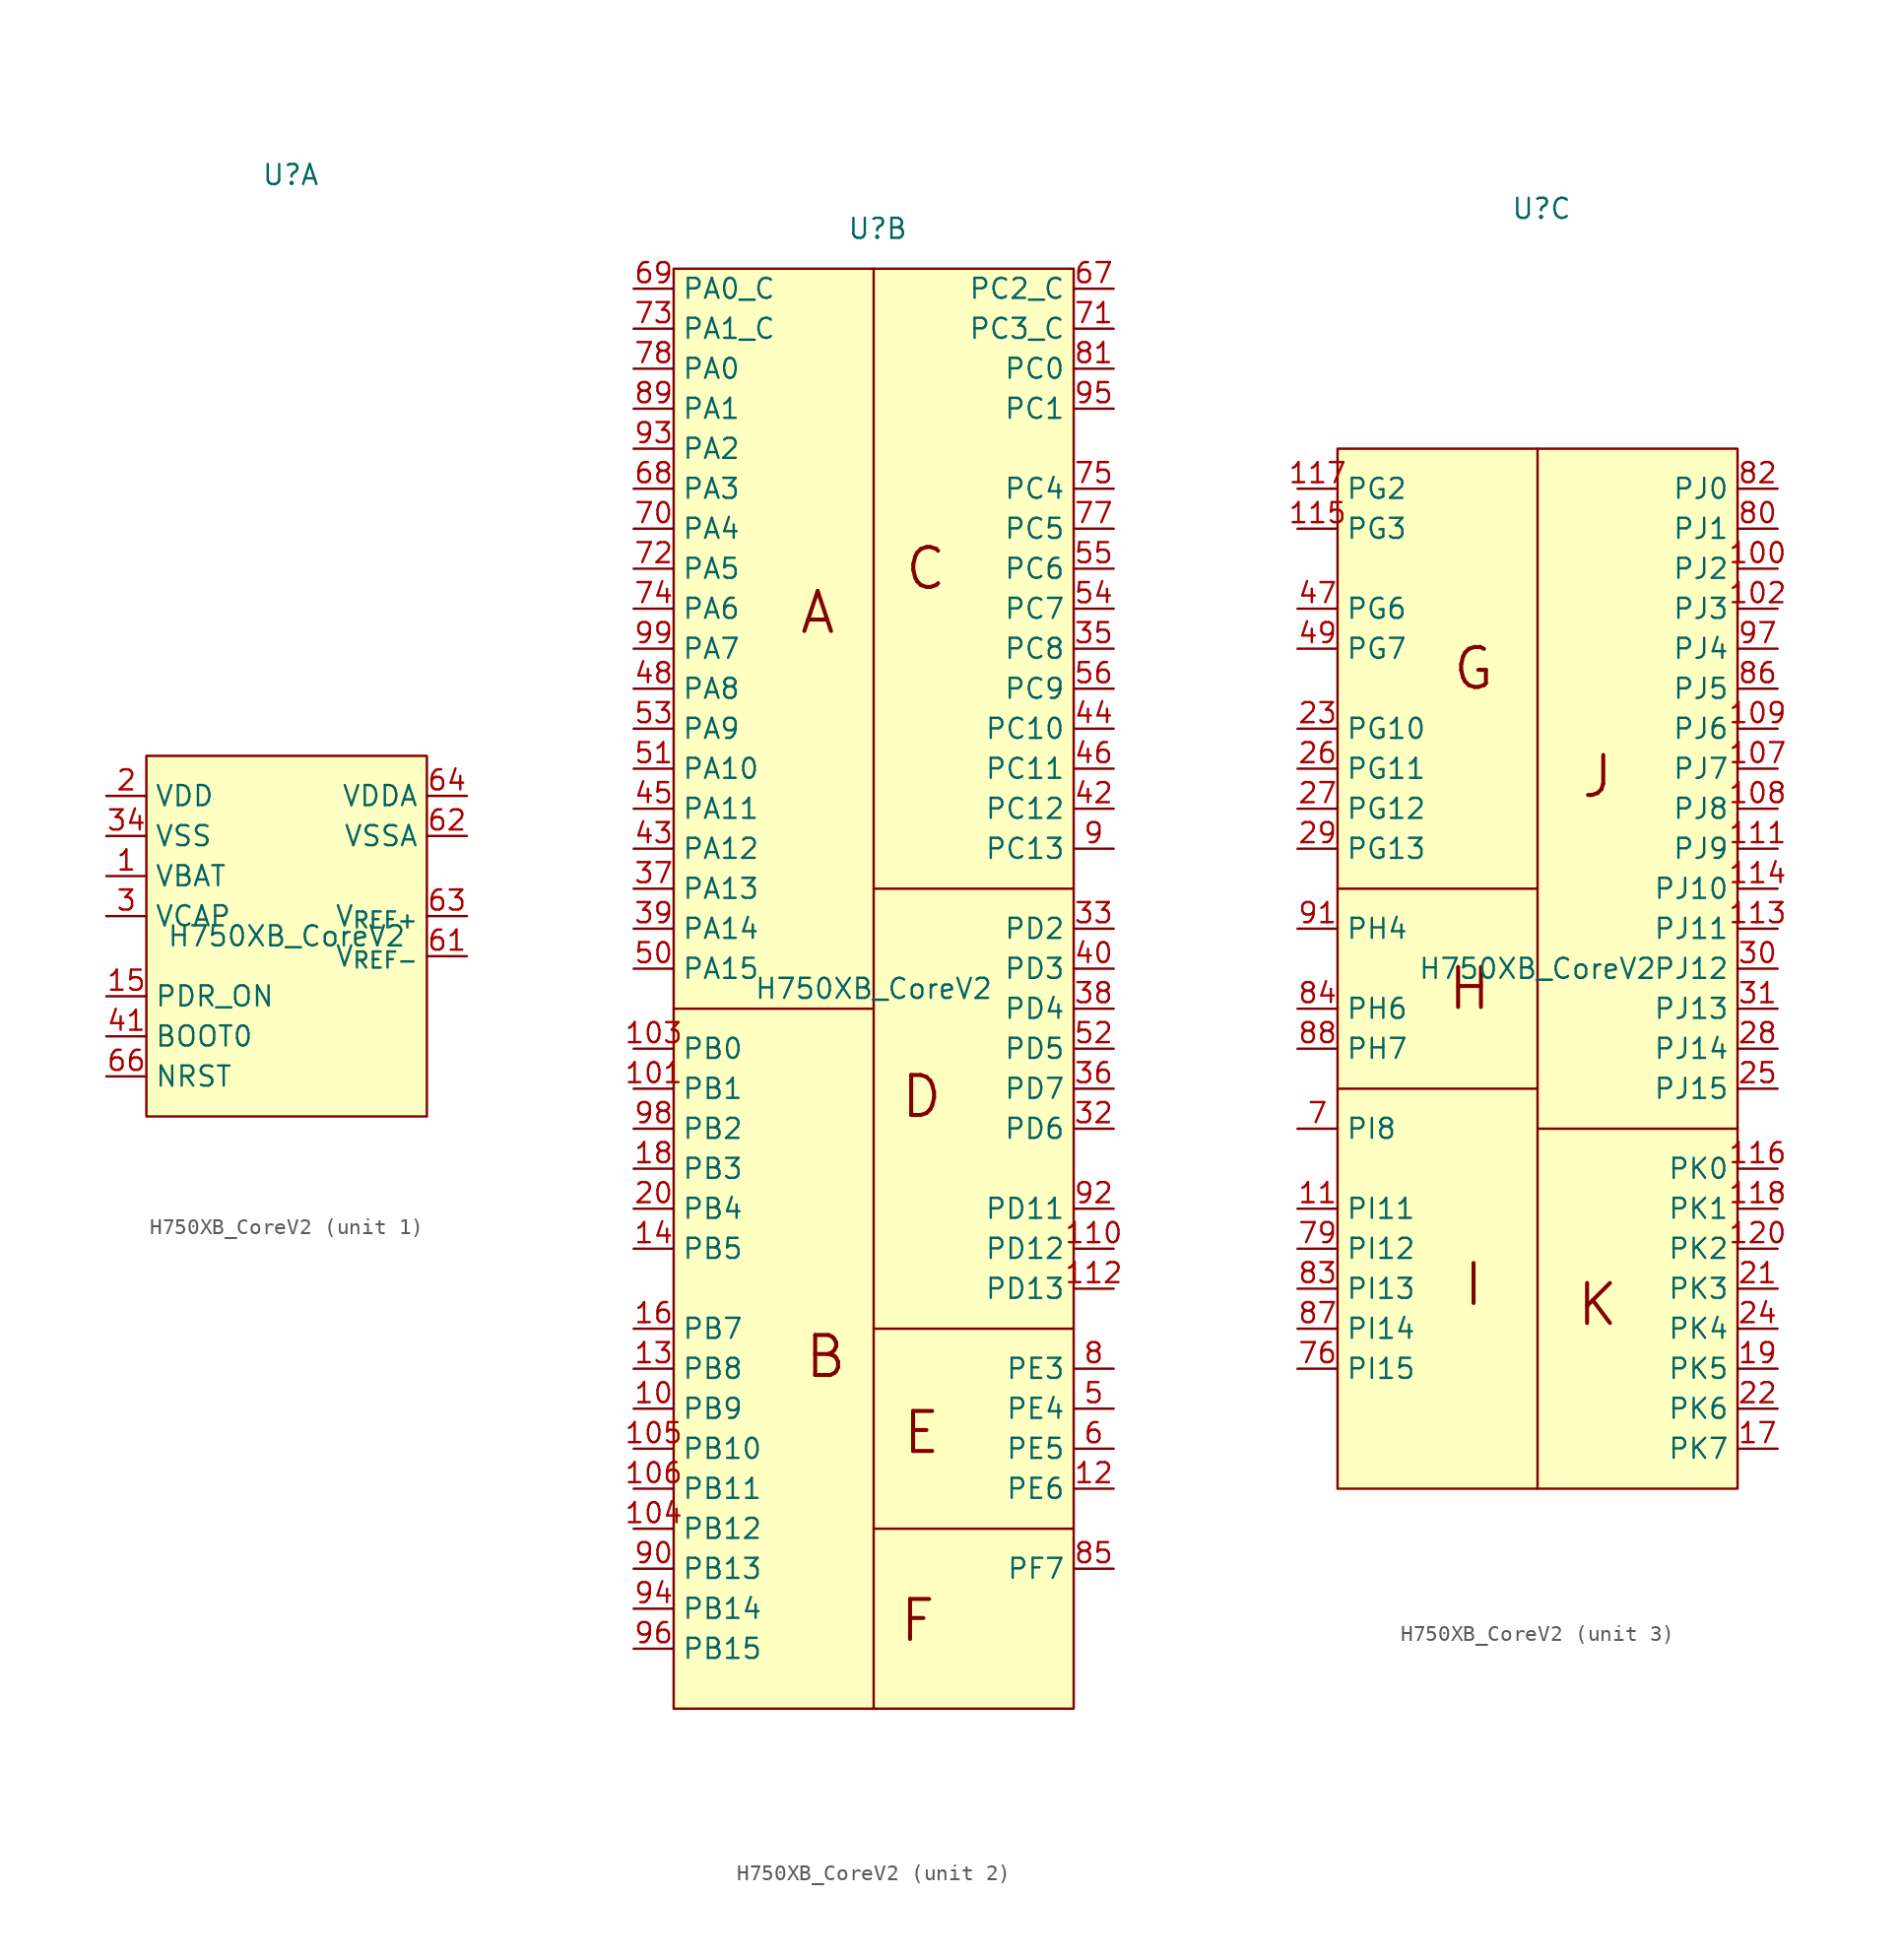
<source format=kicad_sym>
(kicad_symbol_lib
  (version 20241209)
  (generator "kicad_symbol_editor")
  (generator_version "9.0")
  (symbol "H750XB_CoreV2"
    (property "Reference" "U"
      (at 0.254 48.26 0)
      (effects (font (size 1.27 1.27))))
    (property "Value" "H750XB_CoreV2"
      (at 0 0 0)
      (effects (font (size 1.27 1.27))))
    (property "ki_locked" ""
      (at 0 0 0)
      (effects (font (size 1.27 1.27))))
    (symbol "H750XB_CoreV2_1_1"
      (rectangle (start -8.89 11.43) (end 8.89 -11.43) (stroke (width 0) (type solid)) (fill (type background)))
      (pin input line (at -11.43 8.89 0) (length 2.54) (name "VDD" (effects (font (size 1.27 1.27)))) (number "2" (effects (font (size 1.27 1.27)))))
      (pin input line (at -11.43 8.89 0) (length 2.54) (hide yes) (name "VDD" (effects (font (size 1.27 1.27)))) (number "4" (effects (font (size 1.27 1.27)))))
      (pin input line (at -11.43 6.35 0) (length 2.54) (hide yes) (name "VSS" (effects (font (size 1.27 1.27)))) (number "119" (effects (font (size 1.27 1.27)))))
      (pin input line (at -11.43 6.35 0) (length 2.54) (name "VSS" (effects (font (size 1.27 1.27)))) (number "34" (effects (font (size 1.27 1.27)))))
      (pin input line (at -11.43 6.35 0) (length 2.54) (hide yes) (name "VSS" (effects (font (size 1.27 1.27)))) (number "57" (effects (font (size 1.27 1.27)))))
      (pin input line (at -11.43 6.35 0) (length 2.54) (hide yes) (name "VSS" (effects (font (size 1.27 1.27)))) (number "58" (effects (font (size 1.27 1.27)))))
      (pin input line (at -11.43 6.35 0) (length 2.54) (hide yes) (name "VSS" (effects (font (size 1.27 1.27)))) (number "59" (effects (font (size 1.27 1.27)))))
      (pin input line (at -11.43 6.35 0) (length 2.54) (hide yes) (name "VSS" (effects (font (size 1.27 1.27)))) (number "60" (effects (font (size 1.27 1.27)))))
      (pin input line (at -11.43 6.35 0) (length 2.54) (hide yes) (name "VSS" (effects (font (size 1.27 1.27)))) (number "65" (effects (font (size 1.27 1.27)))))
      (pin input line (at -11.43 3.81 0) (length 2.54) (name "VBAT" (effects (font (size 1.27 1.27)))) (number "1" (effects (font (size 1.27 1.27)))))
      (pin input line (at -11.43 1.27 0) (length 2.54) (name "VCAP" (effects (font (size 1.27 1.27)))) (number "3" (effects (font (size 1.27 1.27)))))
      (pin input line (at -11.43 -3.81 0) (length 2.54) (name "PDR_ON" (effects (font (size 1.27 1.27)))) (number "15" (effects (font (size 1.27 1.27)))))
      (pin input line (at -11.43 -6.35 0) (length 2.54) (name "BOOT0" (effects (font (size 1.27 1.27)))) (number "41" (effects (font (size 1.27 1.27)))))
      (pin input line (at -11.43 -8.89 0) (length 2.54) (name "NRST" (effects (font (size 1.27 1.27)))) (number "66" (effects (font (size 1.27 1.27)))))
      (pin input line (at 11.43 8.89 180) (length 2.54) (name "VDDA" (effects (font (size 1.27 1.27)))) (number "64" (effects (font (size 1.27 1.27)))))
      (pin input line (at 11.43 6.35 180) (length 2.54) (name "VSSA" (effects (font (size 1.27 1.27)))) (number "62" (effects (font (size 1.27 1.27)))))
      (pin input line (at 11.43 1.27 180) (length 2.54) (name "V_{REF+}" (effects (font (size 1.27 1.27)))) (number "63" (effects (font (size 1.27 1.27)))))
      (pin input line (at 11.43 -1.27 180) (length 2.54) (name "V_{REF-}" (effects (font (size 1.27 1.27)))) (number "61" (effects (font (size 1.27 1.27))))))
    (symbol "H750XB_CoreV2_2_0"
      (pin input line (at -15.24 44.45 0) (length 2.54) (name "PA0_C" (effects (font (size 1.27 1.27)))) (number "69" (effects (font (size 1.27 1.27)))))
      (pin input line (at -15.24 41.91 0) (length 2.54) (name "PA1_C" (effects (font (size 1.27 1.27)))) (number "73" (effects (font (size 1.27 1.27)))))
      (pin input line (at -15.24 39.37 0) (length 2.54) (name "PA0" (effects (font (size 1.27 1.27)))) (number "78" (effects (font (size 1.27 1.27)))))
      (pin input line (at -15.24 36.83 0) (length 2.54) (name "PA1" (effects (font (size 1.27 1.27)))) (number "89" (effects (font (size 1.27 1.27)))))
      (pin input line (at -15.24 34.29 0) (length 2.54) (name "PA2" (effects (font (size 1.27 1.27)))) (number "93" (effects (font (size 1.27 1.27)))))
      (pin input line (at -15.24 31.75 0) (length 2.54) (name "PA3" (effects (font (size 1.27 1.27)))) (number "68" (effects (font (size 1.27 1.27)))))
      (pin input line (at -15.24 29.21 0) (length 2.54) (name "PA4" (effects (font (size 1.27 1.27)))) (number "70" (effects (font (size 1.27 1.27)))))
      (pin input line (at -15.24 26.67 0) (length 2.54) (name "PA5" (effects (font (size 1.27 1.27)))) (number "72" (effects (font (size 1.27 1.27)))))
      (pin input line (at -15.24 24.13 0) (length 2.54) (name "PA6" (effects (font (size 1.27 1.27)))) (number "74" (effects (font (size 1.27 1.27)))))
      (pin input line (at -15.24 21.59 0) (length 2.54) (name "PA7" (effects (font (size 1.27 1.27)))) (number "99" (effects (font (size 1.27 1.27)))))
      (pin input line (at -15.24 19.05 0) (length 2.54) (name "PA8" (effects (font (size 1.27 1.27)))) (number "48" (effects (font (size 1.27 1.27)))))
      (pin input line (at -15.24 16.51 0) (length 2.54) (name "PA9" (effects (font (size 1.27 1.27)))) (number "53" (effects (font (size 1.27 1.27)))))
      (pin input line (at -15.24 13.97 0) (length 2.54) (name "PA10" (effects (font (size 1.27 1.27)))) (number "51" (effects (font (size 1.27 1.27)))))
      (pin input line (at -15.24 11.43 0) (length 2.54) (name "PA11" (effects (font (size 1.27 1.27)))) (number "45" (effects (font (size 1.27 1.27)))))
      (pin input line (at -15.24 8.89 0) (length 2.54) (name "PA12" (effects (font (size 1.27 1.27)))) (number "43" (effects (font (size 1.27 1.27)))))
      (pin input line (at -15.24 6.35 0) (length 2.54) (name "PA13" (effects (font (size 1.27 1.27)))) (number "37" (effects (font (size 1.27 1.27)))))
      (pin input line (at -15.24 3.81 0) (length 2.54) (name "PA14" (effects (font (size 1.27 1.27)))) (number "39" (effects (font (size 1.27 1.27)))))
      (pin input line (at -15.24 1.27 0) (length 2.54) (name "PA15" (effects (font (size 1.27 1.27)))) (number "50" (effects (font (size 1.27 1.27)))))
      (pin input line (at -15.24 -3.81 0) (length 2.54) (name "PB0" (effects (font (size 1.27 1.27)))) (number "103" (effects (font (size 1.27 1.27)))))
      (pin input line (at -15.24 -6.35 0) (length 2.54) (name "PB1" (effects (font (size 1.27 1.27)))) (number "101" (effects (font (size 1.27 1.27)))))
      (pin input line (at -15.24 -8.89 0) (length 2.54) (name "PB2" (effects (font (size 1.27 1.27)))) (number "98" (effects (font (size 1.27 1.27)))))
      (pin input line (at -15.24 -11.43 0) (length 2.54) (name "PB3" (effects (font (size 1.27 1.27)))) (number "18" (effects (font (size 1.27 1.27)))))
      (pin input line (at -15.24 -13.97 0) (length 2.54) (name "PB4" (effects (font (size 1.27 1.27)))) (number "20" (effects (font (size 1.27 1.27)))))
      (pin input line (at -15.24 -16.51 0) (length 2.54) (name "PB5" (effects (font (size 1.27 1.27)))) (number "14" (effects (font (size 1.27 1.27)))))
      (pin input line (at -15.24 -21.59 0) (length 2.54) (name "PB7" (effects (font (size 1.27 1.27)))) (number "16" (effects (font (size 1.27 1.27)))))
      (pin input line (at -15.24 -24.13 0) (length 2.54) (name "PB8" (effects (font (size 1.27 1.27)))) (number "13" (effects (font (size 1.27 1.27)))))
      (pin input line (at -15.24 -26.67 0) (length 2.54) (name "PB9" (effects (font (size 1.27 1.27)))) (number "10" (effects (font (size 1.27 1.27)))))
      (pin input line (at -15.24 -29.21 0) (length 2.54) (name "PB10" (effects (font (size 1.27 1.27)))) (number "105" (effects (font (size 1.27 1.27)))))
      (pin input line (at -15.24 -31.75 0) (length 2.54) (name "PB11" (effects (font (size 1.27 1.27)))) (number "106" (effects (font (size 1.27 1.27)))))
      (pin input line (at -15.24 -34.29 0) (length 2.54) (name "PB12" (effects (font (size 1.27 1.27)))) (number "104" (effects (font (size 1.27 1.27)))))
      (pin input line (at -15.24 -36.83 0) (length 2.54) (name "PB13" (effects (font (size 1.27 1.27)))) (number "90" (effects (font (size 1.27 1.27)))))
      (pin input line (at -15.24 -39.37 0) (length 2.54) (name "PB14" (effects (font (size 1.27 1.27)))) (number "94" (effects (font (size 1.27 1.27)))))
      (pin input line (at -15.24 -41.91 0) (length 2.54) (name "PB15" (effects (font (size 1.27 1.27)))) (number "96" (effects (font (size 1.27 1.27)))))
      (pin input line (at 15.24 44.45 180) (length 2.54) (name "PC2_C" (effects (font (size 1.27 1.27)))) (number "67" (effects (font (size 1.27 1.27)))))
      (pin input line (at 15.24 41.91 180) (length 2.54) (name "PC3_C" (effects (font (size 1.27 1.27)))) (number "71" (effects (font (size 1.27 1.27)))))
      (pin input line (at 15.24 39.37 180) (length 2.54) (name "PC0" (effects (font (size 1.27 1.27)))) (number "81" (effects (font (size 1.27 1.27)))))
      (pin input line (at 15.24 36.83 180) (length 2.54) (name "PC1" (effects (font (size 1.27 1.27)))) (number "95" (effects (font (size 1.27 1.27)))))
      (pin input line (at 15.24 31.75 180) (length 2.54) (name "PC4" (effects (font (size 1.27 1.27)))) (number "75" (effects (font (size 1.27 1.27)))))
      (pin input line (at 15.24 29.21 180) (length 2.54) (name "PC5" (effects (font (size 1.27 1.27)))) (number "77" (effects (font (size 1.27 1.27)))))
      (pin input line (at 15.24 26.67 180) (length 2.54) (name "PC6" (effects (font (size 1.27 1.27)))) (number "55" (effects (font (size 1.27 1.27)))))
      (pin input line (at 15.24 24.13 180) (length 2.54) (name "PC7" (effects (font (size 1.27 1.27)))) (number "54" (effects (font (size 1.27 1.27)))))
      (pin input line (at 15.24 21.59 180) (length 2.54) (name "PC8" (effects (font (size 1.27 1.27)))) (number "35" (effects (font (size 1.27 1.27)))))
      (pin input line (at 15.24 19.05 180) (length 2.54) (name "PC9" (effects (font (size 1.27 1.27)))) (number "56" (effects (font (size 1.27 1.27)))))
      (pin input line (at 15.24 16.51 180) (length 2.54) (name "PC10" (effects (font (size 1.27 1.27)))) (number "44" (effects (font (size 1.27 1.27)))))
      (pin input line (at 15.24 13.97 180) (length 2.54) (name "PC11" (effects (font (size 1.27 1.27)))) (number "46" (effects (font (size 1.27 1.27)))))
      (pin input line (at 15.24 11.43 180) (length 2.54) (name "PC12" (effects (font (size 1.27 1.27)))) (number "42" (effects (font (size 1.27 1.27)))))
      (pin input line (at 15.24 8.89 180) (length 2.54) (name "PC13" (effects (font (size 1.27 1.27)))) (number "9" (effects (font (size 1.27 1.27)))))
      (pin input line (at 15.24 3.81 180) (length 2.54) (name "PD2" (effects (font (size 1.27 1.27)))) (number "33" (effects (font (size 1.27 1.27)))))
      (pin input line (at 15.24 1.27 180) (length 2.54) (name "PD3" (effects (font (size 1.27 1.27)))) (number "40" (effects (font (size 1.27 1.27)))))
      (pin input line (at 15.24 -1.27 180) (length 2.54) (name "PD4" (effects (font (size 1.27 1.27)))) (number "38" (effects (font (size 1.27 1.27)))))
      (pin input line (at 15.24 -3.81 180) (length 2.54) (name "PD5" (effects (font (size 1.27 1.27)))) (number "52" (effects (font (size 1.27 1.27)))))
      (pin input line (at 15.24 -6.35 180) (length 2.54) (name "PD7" (effects (font (size 1.27 1.27)))) (number "36" (effects (font (size 1.27 1.27)))))
      (pin input line (at 15.24 -8.89 180) (length 2.54) (name "PD6" (effects (font (size 1.27 1.27)))) (number "32" (effects (font (size 1.27 1.27)))))
      (pin input line (at 15.24 -13.97 180) (length 2.54) (name "PD11" (effects (font (size 1.27 1.27)))) (number "92" (effects (font (size 1.27 1.27)))))
      (pin input line (at 15.24 -16.51 180) (length 2.54) (name "PD12" (effects (font (size 1.27 1.27)))) (number "110" (effects (font (size 1.27 1.27)))))
      (pin input line (at 15.24 -19.05 180) (length 2.54) (name "PD13" (effects (font (size 1.27 1.27)))) (number "112" (effects (font (size 1.27 1.27)))))
      (pin input line (at 15.24 -24.13 180) (length 2.54) (name "PE3" (effects (font (size 1.27 1.27)))) (number "8" (effects (font (size 1.27 1.27)))))
      (pin input line (at 15.24 -26.67 180) (length 2.54) (name "PE4" (effects (font (size 1.27 1.27)))) (number "5" (effects (font (size 1.27 1.27)))))
      (pin input line (at 15.24 -29.21 180) (length 2.54) (name "PE5" (effects (font (size 1.27 1.27)))) (number "6" (effects (font (size 1.27 1.27)))))
      (pin input line (at 15.24 -31.75 180) (length 2.54) (name "PE6" (effects (font (size 1.27 1.27)))) (number "12" (effects (font (size 1.27 1.27)))))
      (pin input line (at 15.24 -36.83 180) (length 2.54) (name "PF7" (effects (font (size 1.27 1.27)))) (number "85" (effects (font (size 1.27 1.27))))))
    (symbol "H750XB_CoreV2_2_1"
      (rectangle (start -12.7 45.72) (end 12.7 -45.72) (stroke (width 0) (type solid)) (fill (type background)))
      (polyline (pts (xy 0 45.72) (xy 0 -45.72)) (stroke (width 0) (type default)) (fill (type none)))
      (polyline (pts (xy 0 -1.27) (xy -12.7 -1.27)) (stroke (width 0) (type default)) (fill (type none)))
      (polyline (pts (xy 12.7 6.35) (xy 0 6.35)) (stroke (width 0) (type default)) (fill (type none)))
      (polyline (pts (xy 12.7 -21.59) (xy 0 -21.59)) (stroke (width 0) (type default)) (fill (type none)))
      (polyline (pts (xy 12.7 -34.29) (xy 0 -34.29)) (stroke (width 0) (type default)) (fill (type none)))
      (text "A" (at -3.556 23.876 0) (effects (font (size 2.54 2.54) (thickness 0.254) (bold yes))))
      (text "B" (at -3.048 -23.368 0) (effects (font (size 2.54 2.54) (thickness 0.254) (bold yes))))
      (text "F" (at 2.794 -40.132 0) (effects (font (size 2.54 2.54) (thickness 0.254) (bold yes))))
      (text "D" (at 3.048 -6.858 0) (effects (font (size 2.54 2.54) (thickness 0.254) (bold yes))))
      (text "E" (at 3.048 -28.194 0) (effects (font (size 2.54 2.54) (thickness 0.254) (bold yes))))
      (text "C" (at 3.302 26.67 0) (effects (font (size 2.54 2.54) (thickness 0.254) (bold yes)))))
    (symbol "H750XB_CoreV2_3_0"
      (pin input line (at -15.24 30.48 0) (length 2.54) (name "PG2" (effects (font (size 1.27 1.27)))) (number "117" (effects (font (size 1.27 1.27)))))
      (pin input line (at -15.24 27.94 0) (length 2.54) (name "PG3" (effects (font (size 1.27 1.27)))) (number "115" (effects (font (size 1.27 1.27)))))
      (pin input line (at -15.24 22.86 0) (length 2.54) (name "PG6" (effects (font (size 1.27 1.27)))) (number "47" (effects (font (size 1.27 1.27)))))
      (pin input line (at -15.24 20.32 0) (length 2.54) (name "PG7" (effects (font (size 1.27 1.27)))) (number "49" (effects (font (size 1.27 1.27)))))
      (pin input line (at -15.24 15.24 0) (length 2.54) (name "PG10" (effects (font (size 1.27 1.27)))) (number "23" (effects (font (size 1.27 1.27)))))
      (pin input line (at -15.24 12.7 0) (length 2.54) (name "PG11" (effects (font (size 1.27 1.27)))) (number "26" (effects (font (size 1.27 1.27)))))
      (pin input line (at -15.24 10.16 0) (length 2.54) (name "PG12" (effects (font (size 1.27 1.27)))) (number "27" (effects (font (size 1.27 1.27)))))
      (pin input line (at -15.24 7.62 0) (length 2.54) (name "PG13" (effects (font (size 1.27 1.27)))) (number "29" (effects (font (size 1.27 1.27)))))
      (pin input line (at -15.24 2.54 0) (length 2.54) (name "PH4" (effects (font (size 1.27 1.27)))) (number "91" (effects (font (size 1.27 1.27)))))
      (pin input line (at -15.24 -2.54 0) (length 2.54) (name "PH6" (effects (font (size 1.27 1.27)))) (number "84" (effects (font (size 1.27 1.27)))))
      (pin input line (at -15.24 -5.08 0) (length 2.54) (name "PH7" (effects (font (size 1.27 1.27)))) (number "88" (effects (font (size 1.27 1.27)))))
      (pin input line (at -15.24 -10.16 0) (length 2.54) (name "PI8" (effects (font (size 1.27 1.27)))) (number "7" (effects (font (size 1.27 1.27)))))
      (pin input line (at -15.24 -15.24 0) (length 2.54) (name "PI11" (effects (font (size 1.27 1.27)))) (number "11" (effects (font (size 1.27 1.27)))))
      (pin input line (at -15.24 -17.78 0) (length 2.54) (name "PI12" (effects (font (size 1.27 1.27)))) (number "79" (effects (font (size 1.27 1.27)))))
      (pin input line (at -15.24 -20.32 0) (length 2.54) (name "PI13" (effects (font (size 1.27 1.27)))) (number "83" (effects (font (size 1.27 1.27)))))
      (pin input line (at -15.24 -22.86 0) (length 2.54) (name "PI14" (effects (font (size 1.27 1.27)))) (number "87" (effects (font (size 1.27 1.27)))))
      (pin input line (at -15.24 -25.4 0) (length 2.54) (name "PI15" (effects (font (size 1.27 1.27)))) (number "76" (effects (font (size 1.27 1.27)))))
      (pin input line (at 15.24 30.48 180) (length 2.54) (name "PJ0" (effects (font (size 1.27 1.27)))) (number "82" (effects (font (size 1.27 1.27)))))
      (pin input line (at 15.24 27.94 180) (length 2.54) (name "PJ1" (effects (font (size 1.27 1.27)))) (number "80" (effects (font (size 1.27 1.27)))))
      (pin input line (at 15.24 25.4 180) (length 2.54) (name "PJ2" (effects (font (size 1.27 1.27)))) (number "100" (effects (font (size 1.27 1.27)))))
      (pin input line (at 15.24 22.86 180) (length 2.54) (name "PJ3" (effects (font (size 1.27 1.27)))) (number "102" (effects (font (size 1.27 1.27)))))
      (pin input line (at 15.24 20.32 180) (length 2.54) (name "PJ4" (effects (font (size 1.27 1.27)))) (number "97" (effects (font (size 1.27 1.27)))))
      (pin input line (at 15.24 17.78 180) (length 2.54) (name "PJ5" (effects (font (size 1.27 1.27)))) (number "86" (effects (font (size 1.27 1.27)))))
      (pin input line (at 15.24 15.24 180) (length 2.54) (name "PJ6" (effects (font (size 1.27 1.27)))) (number "109" (effects (font (size 1.27 1.27)))))
      (pin input line (at 15.24 12.7 180) (length 2.54) (name "PJ7" (effects (font (size 1.27 1.27)))) (number "107" (effects (font (size 1.27 1.27)))))
      (pin input line (at 15.24 10.16 180) (length 2.54) (name "PJ8" (effects (font (size 1.27 1.27)))) (number "108" (effects (font (size 1.27 1.27)))))
      (pin input line (at 15.24 7.62 180) (length 2.54) (name "PJ9" (effects (font (size 1.27 1.27)))) (number "111" (effects (font (size 1.27 1.27)))))
      (pin input line (at 15.24 5.08 180) (length 2.54) (name "PJ10" (effects (font (size 1.27 1.27)))) (number "114" (effects (font (size 1.27 1.27)))))
      (pin input line (at 15.24 2.54 180) (length 2.54) (name "PJ11" (effects (font (size 1.27 1.27)))) (number "113" (effects (font (size 1.27 1.27)))))
      (pin input line (at 15.24 0 180) (length 2.54) (name "PJ12" (effects (font (size 1.27 1.27)))) (number "30" (effects (font (size 1.27 1.27)))))
      (pin input line (at 15.24 -2.54 180) (length 2.54) (name "PJ13" (effects (font (size 1.27 1.27)))) (number "31" (effects (font (size 1.27 1.27)))))
      (pin input line (at 15.24 -5.08 180) (length 2.54) (name "PJ14" (effects (font (size 1.27 1.27)))) (number "28" (effects (font (size 1.27 1.27)))))
      (pin input line (at 15.24 -7.62 180) (length 2.54) (name "PJ15" (effects (font (size 1.27 1.27)))) (number "25" (effects (font (size 1.27 1.27)))))
      (pin input line (at 15.24 -12.7 180) (length 2.54) (name "PK0" (effects (font (size 1.27 1.27)))) (number "116" (effects (font (size 1.27 1.27)))))
      (pin input line (at 15.24 -15.24 180) (length 2.54) (name "PK1" (effects (font (size 1.27 1.27)))) (number "118" (effects (font (size 1.27 1.27)))))
      (pin input line (at 15.24 -17.78 180) (length 2.54) (name "PK2" (effects (font (size 1.27 1.27)))) (number "120" (effects (font (size 1.27 1.27)))))
      (pin input line (at 15.24 -20.32 180) (length 2.54) (name "PK3" (effects (font (size 1.27 1.27)))) (number "21" (effects (font (size 1.27 1.27)))))
      (pin input line (at 15.24 -22.86 180) (length 2.54) (name "PK4" (effects (font (size 1.27 1.27)))) (number "24" (effects (font (size 1.27 1.27)))))
      (pin input line (at 15.24 -25.4 180) (length 2.54) (name "PK5" (effects (font (size 1.27 1.27)))) (number "19" (effects (font (size 1.27 1.27)))))
      (pin input line (at 15.24 -27.94 180) (length 2.54) (name "PK6" (effects (font (size 1.27 1.27)))) (number "22" (effects (font (size 1.27 1.27)))))
      (pin input line (at 15.24 -30.48 180) (length 2.54) (name "PK7" (effects (font (size 1.27 1.27)))) (number "17" (effects (font (size 1.27 1.27))))))
    (symbol "H750XB_CoreV2_3_1"
      (rectangle (start -12.7 33.02) (end 12.7 -33.02) (stroke (width 0) (type solid)) (fill (type background)))
      (polyline (pts (xy -12.7 5.08) (xy 0 5.08)) (stroke (width 0) (type default)) (fill (type none)))
      (polyline (pts (xy 0 33.02) (xy 0 -33.02)) (stroke (width 0) (type default)) (fill (type none)))
      (polyline (pts (xy 0 -7.62) (xy -12.7 -7.62)) (stroke (width 0) (type default)) (fill (type none)))
      (polyline (pts (xy 12.7 -10.16) (xy 0 -10.16)) (stroke (width 0) (type default)) (fill (type none)))
      (text "H" (at -4.318 -1.27 0) (effects (font (size 2.54 2.54) (thickness 0.254) (bold yes))))
      (text "G" (at -4.064 19.05 0) (effects (font (size 2.54 2.54) (thickness 0.254) (bold yes))))
      (text "I" (at -4.064 -20.066 0) (effects (font (size 2.54 2.54) (thickness 0.254) (bold yes))))
      (text "J" (at 3.81 12.192 0) (effects (font (size 2.54 2.54) (thickness 0.254) (bold yes))))
      (text "K" (at 3.81 -21.336 0) (effects (font (size 2.54 2.54) (thickness 0.254) (bold yes)))))))
</source>
